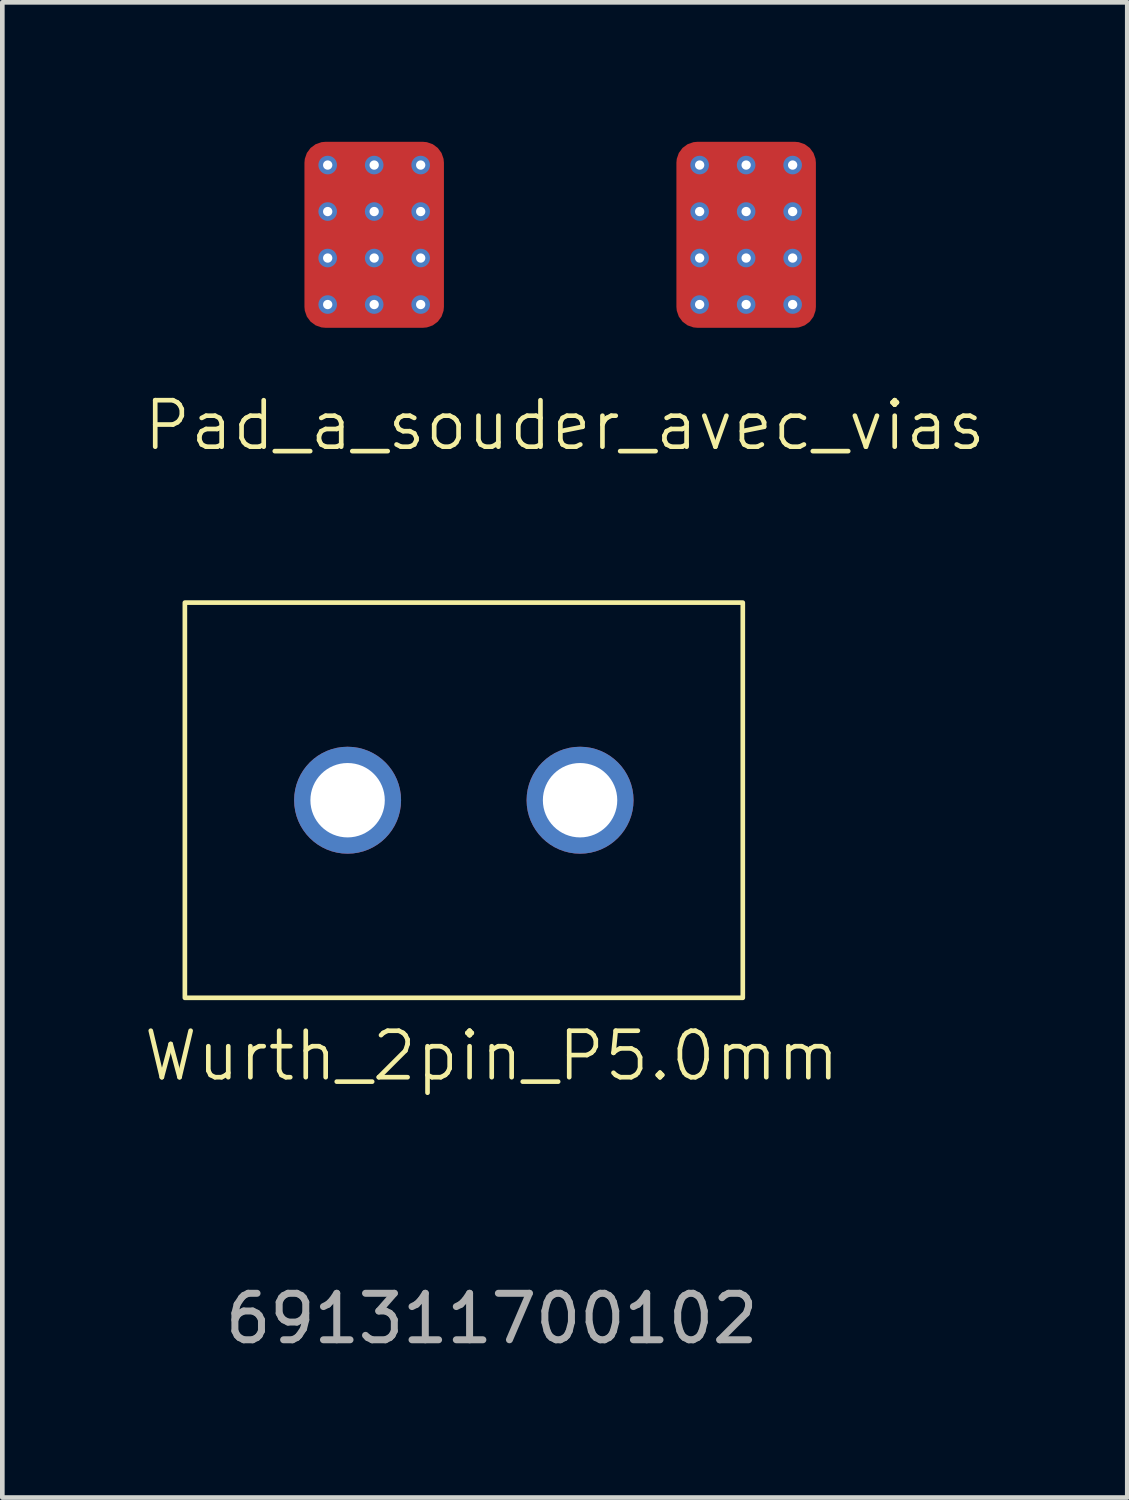
<source format=kicad_pcb>
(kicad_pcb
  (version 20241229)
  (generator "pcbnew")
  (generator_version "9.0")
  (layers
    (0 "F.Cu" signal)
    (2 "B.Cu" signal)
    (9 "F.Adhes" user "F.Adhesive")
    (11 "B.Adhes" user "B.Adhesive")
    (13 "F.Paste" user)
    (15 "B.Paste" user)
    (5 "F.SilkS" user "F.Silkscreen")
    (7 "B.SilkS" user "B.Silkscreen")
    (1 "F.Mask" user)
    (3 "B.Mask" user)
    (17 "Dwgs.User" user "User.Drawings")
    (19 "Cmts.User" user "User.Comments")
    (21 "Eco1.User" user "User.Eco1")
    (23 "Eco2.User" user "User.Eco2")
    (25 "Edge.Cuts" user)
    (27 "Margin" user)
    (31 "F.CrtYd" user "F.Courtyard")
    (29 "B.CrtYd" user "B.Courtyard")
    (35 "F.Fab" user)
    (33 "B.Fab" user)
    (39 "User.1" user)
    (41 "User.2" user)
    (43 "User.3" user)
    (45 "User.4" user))
  (footprint "Wurth_2pin_P5.0mm"
    (layer "F.Cu")
    (at 4.426 14.161)
    (property "Reference" "Wurth_2pin_P5.0mm" (at 3.1 5.5 0) (unlocked yes) (layer "F.SilkS") (effects (font (size 1 1) (thickness 0.1))))
    (attr smd)
    (fp_rect (start -3.5 4.25) (end 8.5 -4.25) (stroke (width 0.1) (type solid)) (fill no) (layer "F.SilkS"))
    (fp_text user "691311700102" (at 3.1 11.15 0) (unlocked yes) (layer "F.Fab") (effects (font (size 1 1) (thickness 0.15))))
    (pad "1" thru_hole circle (at 0 0) (size 2.3 2.3) (drill 1.6) (layers "*.Cu" "*.Mask"))
    (pad "2" thru_hole circle (at 5 0) (size 2.3 2.3) (drill 1.6) (layers "*.Cu" "*.Mask")))
  (footprint "Pad_a_souder_avec_vias"
    (layer "F.Cu")
    (at 4.998 2)
    (property "Reference" "Pad_a_souder_avec_vias" (at 4.1 4.1 0) (unlocked yes) (layer "F.SilkS") (effects (font (size 1 1) (thickness 0.1))))
    (attr smd)
    (pad "" thru_hole circle (at -1 -1.5) (size 0.4 0.4) (drill 0.2) (layers "*.Cu" "*.Mask"))
    (pad "" thru_hole circle (at -1 -0.5) (size 0.4 0.4) (drill 0.2) (layers "*.Cu" "*.Mask"))
    (pad "" thru_hole circle (at -1 0.5) (size 0.4 0.4) (drill 0.2) (layers "*.Cu" "*.Mask"))
    (pad "" thru_hole circle (at -1 1.5) (size 0.4 0.4) (drill 0.2) (layers "*.Cu" "*.Mask"))
    (pad "" thru_hole circle (at 0 -1.5) (size 0.4 0.4) (drill 0.2) (layers "*.Cu" "*.Mask"))
    (pad "" thru_hole circle (at 0 -0.5) (size 0.4 0.4) (drill 0.2) (layers "*.Cu" "*.Mask"))
    (pad "" thru_hole circle (at 0 0.5) (size 0.4 0.4) (drill 0.2) (layers "*.Cu" "*.Mask"))
    (pad "" thru_hole circle (at 0 1.5) (size 0.4 0.4) (drill 0.2) (layers "*.Cu" "*.Mask"))
    (pad "" thru_hole circle (at 1 -1.5) (size 0.4 0.4) (drill 0.2) (layers "*.Cu" "*.Mask"))
    (pad "" thru_hole circle (at 1 -0.5) (size 0.4 0.4) (drill 0.2) (layers "*.Cu" "*.Mask"))
    (pad "" thru_hole circle (at 1 0.5) (size 0.4 0.4) (drill 0.2) (layers "*.Cu" "*.Mask"))
    (pad "" thru_hole circle (at 1 1.5) (size 0.4 0.4) (drill 0.2) (layers "*.Cu" "*.Mask"))
    (pad "" thru_hole circle (at 7 -1.5) (size 0.4 0.4) (drill 0.2) (layers "*.Cu" "*.Mask"))
    (pad "" thru_hole circle (at 7 -0.5) (size 0.4 0.4) (drill 0.2) (layers "*.Cu" "*.Mask"))
    (pad "" thru_hole circle (at 7 0.5) (size 0.4 0.4) (drill 0.2) (layers "*.Cu" "*.Mask"))
    (pad "" thru_hole circle (at 7 1.5) (size 0.4 0.4) (drill 0.2) (layers "*.Cu" "*.Mask"))
    (pad "" thru_hole circle (at 8 -1.5) (size 0.4 0.4) (drill 0.2) (layers "*.Cu" "*.Mask"))
    (pad "" thru_hole circle (at 8 -0.5) (size 0.4 0.4) (drill 0.2) (layers "*.Cu" "*.Mask"))
    (pad "" thru_hole circle (at 8 0.5) (size 0.4 0.4) (drill 0.2) (layers "*.Cu" "*.Mask"))
    (pad "" thru_hole circle (at 8 1.5) (size 0.4 0.4) (drill 0.2) (layers "*.Cu" "*.Mask"))
    (pad "" thru_hole circle (at 9 -1.5) (size 0.4 0.4) (drill 0.2) (layers "*.Cu" "*.Mask"))
    (pad "" thru_hole circle (at 9 -0.5) (size 0.4 0.4) (drill 0.2) (layers "*.Cu" "*.Mask"))
    (pad "" thru_hole circle (at 9 0.5) (size 0.4 0.4) (drill 0.2) (layers "*.Cu" "*.Mask"))
    (pad "" thru_hole circle (at 9 1.5) (size 0.4 0.4) (drill 0.2) (layers "*.Cu" "*.Mask"))
    (pad "1" smd roundrect (at 0 0) (size 3 4) (layers "F.Cu" "F.Mask" "F.Paste") (roundrect_rratio 0.15))
    (pad "2" smd roundrect (at 8 0) (size 3 4) (layers "F.Cu" "F.Mask" "F.Paste") (roundrect_rratio 0.15)))
  (gr_rect
    (start -3 -3)
    (end 21.195 29.159)
    (stroke (width 0.1) (type default))
    (fill no)
    (layer "Edge.Cuts")))
</source>
